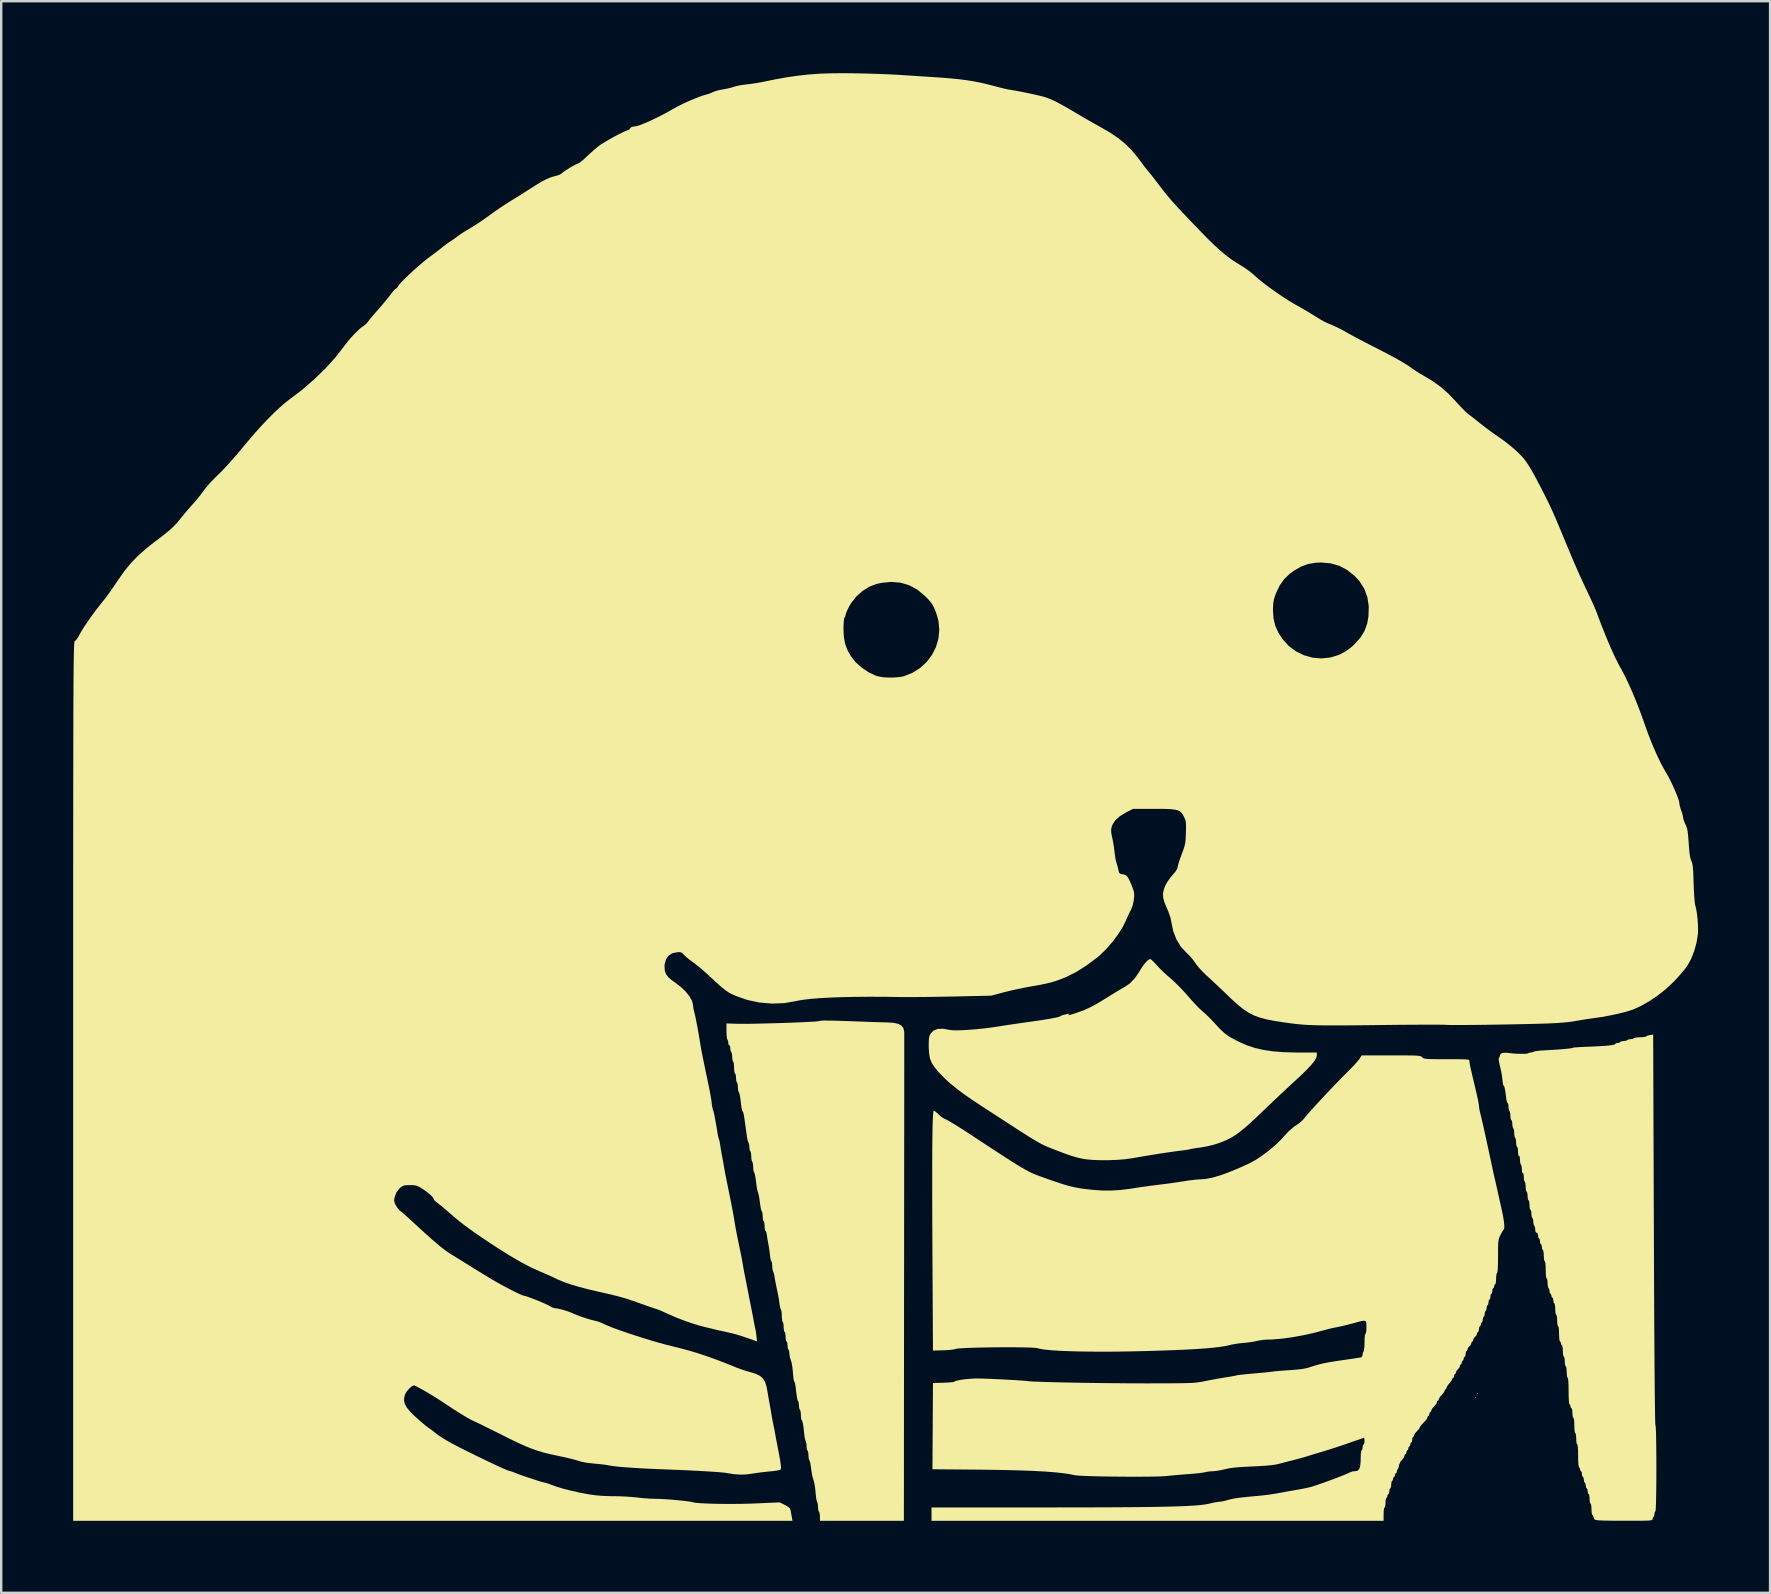
<source format=kicad_pcb>
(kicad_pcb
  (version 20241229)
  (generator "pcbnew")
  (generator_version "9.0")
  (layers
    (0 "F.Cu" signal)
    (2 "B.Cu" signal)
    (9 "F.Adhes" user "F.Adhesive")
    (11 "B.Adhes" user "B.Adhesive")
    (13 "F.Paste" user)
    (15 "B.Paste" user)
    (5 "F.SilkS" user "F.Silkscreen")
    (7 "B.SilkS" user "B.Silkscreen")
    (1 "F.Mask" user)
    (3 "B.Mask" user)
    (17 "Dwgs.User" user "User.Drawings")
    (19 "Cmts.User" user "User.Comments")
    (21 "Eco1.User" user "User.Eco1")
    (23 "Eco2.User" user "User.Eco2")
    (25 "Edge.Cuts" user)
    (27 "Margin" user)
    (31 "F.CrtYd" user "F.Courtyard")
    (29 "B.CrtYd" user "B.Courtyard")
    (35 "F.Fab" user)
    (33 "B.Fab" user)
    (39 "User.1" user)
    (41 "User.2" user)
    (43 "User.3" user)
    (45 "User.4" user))
  (footprint "4"
    (layer "F.Cu")
    (at 35.019 29.29)
    (property "Reference" "4" (at 0 0 0) (layer "F.SilkS") (effects (font (size 1.5 1.5) (thickness 0.3))))
    (attr board_only exclude_from_pos_files exclude_from_bom)
    (fp_poly (pts (xy 23.452 25.897) (xy 23.432 25.917) (xy 23.413 25.897) (xy 23.432 25.877)) (stroke (width 0) (type solid)) (fill yes) (layer "F.SilkS"))
    (fp_poly (pts (xy 23.532 25.738) (xy 23.512 25.758) (xy 23.492 25.738) (xy 23.512 25.718)) (stroke (width 0) (type solid)) (fill yes) (layer "F.SilkS"))
    (fp_poly (pts (xy 9.919 7.661) (xy 10.003 7.737) (xy 10.105 7.845) (xy 10.13 7.874) (xy 10.247 8.002) (xy 10.405 8.157) (xy 10.578 8.317) (xy 10.704 8.425) (xy 10.874 8.578) (xy 11.069 8.77) (xy 11.267 8.976) (xy 11.444 9.175) (xy 11.455 9.187) (xy 11.61 9.366) (xy 11.77 9.539) (xy 11.917 9.688) (xy 12.034 9.797) (xy 12.057 9.816) (xy 12.174 9.918) (xy 12.322 10.061) (xy 12.48 10.224) (xy 12.608 10.364) (xy 12.792 10.561) (xy 12.952 10.71) (xy 13.11 10.829) (xy 13.237 10.907) (xy 13.571 11.084) (xy 13.901 11.228) (xy 14.239 11.339) (xy 14.598 11.422) (xy 14.993 11.479) (xy 15.435 11.513) (xy 15.938 11.527) (xy 16.091 11.527) (xy 16.814 11.527) (xy 16.814 11.657) (xy 16.788 11.755) (xy 16.709 11.887) (xy 16.574 12.053) (xy 16.381 12.258) (xy 16.128 12.505) (xy 15.875 12.737) (xy 15.728 12.872) (xy 15.537 13.05) (xy 15.313 13.26) (xy 15.069 13.49) (xy 14.818 13.728) (xy 14.571 13.964) (xy 14.554 13.981) (xy 14.254 14.266) (xy 13.999 14.501) (xy 13.78 14.693) (xy 13.587 14.848) (xy 13.411 14.974) (xy 13.242 15.077) (xy 13.07 15.165) (xy 12.886 15.244) (xy 12.723 15.306) (xy 12.504 15.374) (xy 12.249 15.436) (xy 12.001 15.48) (xy 11.974 15.484) (xy 11.801 15.508) (xy 11.659 15.531) (xy 11.564 15.548) (xy 11.537 15.556) (xy 11.487 15.568) (xy 11.377 15.586) (xy 11.226 15.607) (xy 11.13 15.618) (xy 10.903 15.648) (xy 10.614 15.689) (xy 10.282 15.739) (xy 9.922 15.797) (xy 9.551 15.858) (xy 9.187 15.921) (xy 9.077 15.94) (xy 8.811 15.976) (xy 8.495 16.001) (xy 8.151 16.014) (xy 7.807 16.015) (xy 7.487 16.004) (xy 7.215 15.98) (xy 7.176 15.975) (xy 6.982 15.941) (xy 6.783 15.893) (xy 6.561 15.825) (xy 6.298 15.733) (xy 6.042 15.636) (xy 5.899 15.581) (xy 5.775 15.534) (xy 5.665 15.49) (xy 5.562 15.447) (xy 5.461 15.401) (xy 5.356 15.35) (xy 5.242 15.289) (xy 5.113 15.215) (xy 4.963 15.125) (xy 4.786 15.016) (xy 4.577 14.883) (xy 4.33 14.725) (xy 4.04 14.537) (xy 3.7 14.317) (xy 3.305 14.06) (xy 2.849 13.764) (xy 2.822 13.746) (xy 2.418 13.478) (xy 2.074 13.238) (xy 1.78 13.016) (xy 1.524 12.806) (xy 1.297 12.597) (xy 1.087 12.382) (xy 1.053 12.345) (xy 0.885 12.146) (xy 0.768 11.966) (xy 0.694 11.783) (xy 0.654 11.572) (xy 0.639 11.312) (xy 0.639 11.249) (xy 0.641 11.057) (xy 0.651 10.923) (xy 0.674 10.827) (xy 0.712 10.747) (xy 0.716 10.741) (xy 0.838 10.613) (xy 1.012 10.544) (xy 1.234 10.535) (xy 1.487 10.581) (xy 1.611 10.598) (xy 1.801 10.603) (xy 2.045 10.597) (xy 2.329 10.58) (xy 2.642 10.554) (xy 2.97 10.52) (xy 3.301 10.478) (xy 3.597 10.433) (xy 3.873 10.389) (xy 4.185 10.342) (xy 4.495 10.296) (xy 4.766 10.258) (xy 4.77 10.258) (xy 5.128 10.208) (xy 5.442 10.161) (xy 5.704 10.117) (xy 5.908 10.079) (xy 6.048 10.046) (xy 6.116 10.021) (xy 6.122 10.016) (xy 6.172 9.985) (xy 6.261 9.957) (xy 6.375 9.931) (xy 6.459 9.911) (xy 6.511 9.903) (xy 6.491 9.925) (xy 6.479 9.934) (xy 6.443 9.966) (xy 6.467 9.973) (xy 6.553 9.953) (xy 6.705 9.905) (xy 6.927 9.828) (xy 6.94 9.824) (xy 7.145 9.746) (xy 7.345 9.655) (xy 7.56 9.543) (xy 7.807 9.399) (xy 8.013 9.272) (xy 8.225 9.14) (xy 8.425 9.018) (xy 8.599 8.913) (xy 8.733 8.835) (xy 8.808 8.793) (xy 9.025 8.644) (xy 9.23 8.43) (xy 9.41 8.167) (xy 9.421 8.146) (xy 9.531 7.967) (xy 9.644 7.814) (xy 9.75 7.701) (xy 9.837 7.639) (xy 9.868 7.632)) (stroke (width 0) (type solid)) (fill yes) (layer "F.SilkS"))
    (fp_poly (pts (xy -3.504 10.196) (xy -3.21 10.202) (xy -2.836 10.214) (xy -2.657 10.22) (xy -2.335 10.233) (xy -2.02 10.244) (xy -1.726 10.255) (xy -1.468 10.263) (xy -1.259 10.269) (xy -1.113 10.273) (xy -1.093 10.273) (xy -0.827 10.29) (xy -0.629 10.333) (xy -0.494 10.408) (xy -0.414 10.517) (xy -0.382 10.667) (xy -0.381 10.704) (xy -0.381 10.758) (xy -0.381 10.888) (xy -0.381 11.091) (xy -0.381 11.363) (xy -0.381 11.701) (xy -0.381 12.102) (xy -0.382 12.561) (xy -0.382 13.076) (xy -0.382 13.643) (xy -0.383 14.259) (xy -0.383 14.921) (xy -0.384 15.624) (xy -0.385 16.366) (xy -0.385 17.143) (xy -0.386 17.951) (xy -0.387 18.788) (xy -0.387 19.65) (xy -0.388 20.533) (xy -0.389 20.958) (xy -0.397 31.044) (xy -2.146 31.044) (xy -3.895 31.044) (xy -3.895 30.868) (xy -3.904 30.756) (xy -3.924 30.68) (xy -3.935 30.667) (xy -3.96 30.615) (xy -3.974 30.515) (xy -3.975 30.474) (xy -3.983 30.36) (xy -4.003 30.28) (xy -4.011 30.267) (xy -4.031 30.211) (xy -4.052 30.099) (xy -4.068 29.956) (xy -4.068 29.951) (xy -4.095 29.679) (xy -4.127 29.478) (xy -4.165 29.338) (xy -4.174 29.315) (xy -4.201 29.231) (xy -4.228 29.099) (xy -4.257 28.907) (xy -4.279 28.739) (xy -4.3 28.622) (xy -4.326 28.539) (xy -4.337 28.522) (xy -4.359 28.462) (xy -4.372 28.356) (xy -4.372 28.316) (xy -4.381 28.206) (xy -4.403 28.134) (xy -4.412 28.123) (xy -4.437 28.071) (xy -4.451 27.971) (xy -4.452 27.93) (xy -4.46 27.816) (xy -4.479 27.736) (xy -4.487 27.723) (xy -4.51 27.666) (xy -4.533 27.556) (xy -4.547 27.447) (xy -4.574 27.2) (xy -4.599 27.024) (xy -4.623 26.912) (xy -4.647 26.856) (xy -4.655 26.848) (xy -4.676 26.799) (xy -4.688 26.698) (xy -4.69 26.632) (xy -4.698 26.514) (xy -4.717 26.433) (xy -4.73 26.414) (xy -4.756 26.361) (xy -4.769 26.263) (xy -4.77 26.24) (xy -4.779 26.133) (xy -4.801 26.06) (xy -4.806 26.054) (xy -4.822 26.029) (xy -4.836 25.985) (xy -4.852 25.907) (xy -4.87 25.784) (xy -4.893 25.604) (xy -4.914 25.43) (xy -4.933 25.32) (xy -4.955 25.252) (xy -4.967 25.241) (xy -4.982 25.204) (xy -4.998 25.105) (xy -5.014 24.961) (xy -5.022 24.859) (xy -5.039 24.675) (xy -5.065 24.511) (xy -5.094 24.389) (xy -5.107 24.356) (xy -5.149 24.23) (xy -5.167 24.091) (xy -5.167 24.085) (xy -5.177 23.981) (xy -5.201 23.915) (xy -5.207 23.909) (xy -5.233 23.857) (xy -5.246 23.758) (xy -5.247 23.728) (xy -5.256 23.629) (xy -5.278 23.575) (xy -5.287 23.572) (xy -5.309 23.536) (xy -5.324 23.444) (xy -5.326 23.373) (xy -5.334 23.259) (xy -5.352 23.187) (xy -5.366 23.174) (xy -5.389 23.138) (xy -5.403 23.047) (xy -5.406 22.978) (xy -5.413 22.859) (xy -5.432 22.777) (xy -5.446 22.757) (xy -5.467 22.707) (xy -5.481 22.602) (xy -5.485 22.498) (xy -5.491 22.369) (xy -5.505 22.276) (xy -5.52 22.243) (xy -5.544 22.194) (xy -5.567 22.093) (xy -5.578 22.012) (xy -5.601 21.847) (xy -5.629 21.679) (xy -5.64 21.624) (xy -5.671 21.475) (xy -5.707 21.303) (xy -5.723 21.226) (xy -5.754 21.068) (xy -5.781 20.913) (xy -5.79 20.849) (xy -5.812 20.738) (xy -5.84 20.662) (xy -5.847 20.652) (xy -5.868 20.592) (xy -5.881 20.484) (xy -5.883 20.423) (xy -5.89 20.313) (xy -5.906 20.244) (xy -5.918 20.233) (xy -5.94 20.196) (xy -5.961 20.102) (xy -5.976 19.984) (xy -5.997 19.804) (xy -6.025 19.614) (xy -6.043 19.517) (xy -6.073 19.356) (xy -6.099 19.195) (xy -6.108 19.129) (xy -6.129 19.026) (xy -6.155 18.967) (xy -6.165 18.961) (xy -6.186 18.925) (xy -6.199 18.833) (xy -6.201 18.762) (xy -6.208 18.648) (xy -6.226 18.576) (xy -6.241 18.563) (xy -6.264 18.527) (xy -6.278 18.437) (xy -6.28 18.372) (xy -6.287 18.252) (xy -6.305 18.165) (xy -6.316 18.144) (xy -6.335 18.114) (xy -6.352 18.058) (xy -6.37 17.964) (xy -6.392 17.817) (xy -6.421 17.604) (xy -6.422 17.599) (xy -6.444 17.473) (xy -6.472 17.369) (xy -6.479 17.351) (xy -6.506 17.262) (xy -6.53 17.136) (xy -6.535 17.092) (xy -6.565 16.857) (xy -6.59 16.691) (xy -6.613 16.584) (xy -6.636 16.527) (xy -6.642 16.518) (xy -6.663 16.458) (xy -6.676 16.351) (xy -6.678 16.292) (xy -6.686 16.176) (xy -6.705 16.096) (xy -6.718 16.079) (xy -6.741 16.028) (xy -6.755 15.926) (xy -6.757 15.86) (xy -6.765 15.742) (xy -6.784 15.661) (xy -6.797 15.641) (xy -6.823 15.589) (xy -6.836 15.491) (xy -6.837 15.468) (xy -6.846 15.361) (xy -6.868 15.288) (xy -6.873 15.282) (xy -6.899 15.222) (xy -6.925 15.115) (xy -6.933 15.065) (xy -6.953 14.925) (xy -6.977 14.752) (xy -6.994 14.628) (xy -7.028 14.385) (xy -7.054 14.212) (xy -7.074 14.096) (xy -7.091 14.028) (xy -7.105 13.997) (xy -7.115 13.992) (xy -7.136 13.956) (xy -7.158 13.864) (xy -7.17 13.783) (xy -7.198 13.555) (xy -7.22 13.393) (xy -7.239 13.286) (xy -7.256 13.221) (xy -7.273 13.185) (xy -7.278 13.179) (xy -7.301 13.118) (xy -7.313 13.012) (xy -7.314 12.973) (xy -7.323 12.863) (xy -7.344 12.79) (xy -7.354 12.779) (xy -7.378 12.728) (xy -7.392 12.627) (xy -7.393 12.578) (xy -7.401 12.473) (xy -7.422 12.41) (xy -7.433 12.402) (xy -7.454 12.366) (xy -7.469 12.271) (xy -7.473 12.166) (xy -7.479 12.036) (xy -7.495 11.94) (xy -7.513 11.905) (xy -7.537 11.853) (xy -7.551 11.753) (xy -7.552 11.706) (xy -7.561 11.595) (xy -7.582 11.52) (xy -7.592 11.508) (xy -7.619 11.455) (xy -7.632 11.358) (xy -7.632 11.344) (xy -7.641 11.255) (xy -7.667 11.227) (xy -7.672 11.229) (xy -7.7 11.214) (xy -7.711 11.137) (xy -7.711 11.135) (xy -7.723 11.042) (xy -7.751 10.991) (xy -7.77 10.942) (xy -7.783 10.835) (xy -7.791 10.689) (xy -7.791 10.641) (xy -7.791 10.315) (xy -7.403 10.328) (xy -7.243 10.331) (xy -7.03 10.331) (xy -6.774 10.329) (xy -6.484 10.323) (xy -6.171 10.316) (xy -5.844 10.308) (xy -5.514 10.298) (xy -5.189 10.287) (xy -4.881 10.275) (xy -4.598 10.263) (xy -4.351 10.25) (xy -4.15 10.239) (xy -4.004 10.227) (xy -3.924 10.217) (xy -3.912 10.213) (xy -3.855 10.201) (xy -3.719 10.195)) (stroke (width 0) (type solid)) (fill yes) (layer "F.SilkS"))
    (fp_poly (pts (xy 30.861 18.914) (xy 30.865 19.898) (xy 30.868 20.826) (xy 30.872 21.696) (xy 30.876 22.508) (xy 30.88 23.259) (xy 30.885 23.948) (xy 30.889 24.572) (xy 30.894 25.131) (xy 30.898 25.623) (xy 30.903 26.046) (xy 30.908 26.397) (xy 30.912 26.676) (xy 30.917 26.881) (xy 30.922 27.01) (xy 30.926 27.062) (xy 30.927 27.063) (xy 30.936 27.104) (xy 30.944 27.215) (xy 30.951 27.385) (xy 30.956 27.606) (xy 30.96 27.867) (xy 30.963 28.159) (xy 30.965 28.471) (xy 30.966 28.796) (xy 30.965 29.122) (xy 30.964 29.44) (xy 30.961 29.74) (xy 30.957 30.013) (xy 30.952 30.25) (xy 30.945 30.439) (xy 30.938 30.573) (xy 30.929 30.641) (xy 30.925 30.647) (xy 30.897 30.681) (xy 30.885 30.765) (xy 30.885 30.766) (xy 30.874 30.85) (xy 30.846 30.885) (xy 30.846 30.885) (xy 30.813 30.919) (xy 30.806 30.965) (xy 30.804 30.988) (xy 30.791 31.005) (xy 30.76 31.019) (xy 30.702 31.029) (xy 30.608 31.036) (xy 30.47 31.04) (xy 30.28 31.042) (xy 30.03 31.043) (xy 29.71 31.043) (xy 29.623 31.043) (xy 29.275 31.042) (xy 28.997 31.039) (xy 28.784 31.035) (xy 28.625 31.029) (xy 28.514 31.02) (xy 28.443 31.009) (xy 28.402 30.994) (xy 28.391 30.985) (xy 28.348 30.905) (xy 28.341 30.867) (xy 28.321 30.813) (xy 28.302 30.806) (xy 28.281 30.77) (xy 28.266 30.675) (xy 28.262 30.567) (xy 28.256 30.44) (xy 28.24 30.354) (xy 28.222 30.329) (xy 28.2 30.293) (xy 28.185 30.202) (xy 28.182 30.13) (xy 28.175 30.017) (xy 28.157 29.945) (xy 28.143 29.931) (xy 28.115 29.897) (xy 28.103 29.814) (xy 28.103 29.812) (xy 28.091 29.728) (xy 28.064 29.693) (xy 28.063 29.693) (xy 28.035 29.658) (xy 28.023 29.575) (xy 28.023 29.574) (xy 28.012 29.49) (xy 27.984 29.454) (xy 27.984 29.454) (xy 27.956 29.42) (xy 27.944 29.337) (xy 27.944 29.335) (xy 27.932 29.251) (xy 27.905 29.216) (xy 27.904 29.216) (xy 27.876 29.181) (xy 27.864 29.098) (xy 27.864 29.097) (xy 27.853 29.013) (xy 27.825 28.977) (xy 27.825 28.977) (xy 27.792 28.944) (xy 27.785 28.898) (xy 27.768 28.833) (xy 27.745 28.818) (xy 27.728 28.78) (xy 27.715 28.672) (xy 27.707 28.502) (xy 27.705 28.341) (xy 27.702 28.132) (xy 27.693 27.977) (xy 27.679 27.886) (xy 27.666 27.864) (xy 27.645 27.828) (xy 27.63 27.734) (xy 27.626 27.626) (xy 27.62 27.499) (xy 27.604 27.413) (xy 27.586 27.387) (xy 27.567 27.35) (xy 27.553 27.249) (xy 27.547 27.098) (xy 27.546 27.069) (xy 27.542 26.912) (xy 27.529 26.801) (xy 27.51 26.753) (xy 27.507 26.751) (xy 27.484 26.716) (xy 27.47 26.624) (xy 27.467 26.553) (xy 27.46 26.439) (xy 27.442 26.367) (xy 27.427 26.354) (xy 27.395 26.321) (xy 27.387 26.274) (xy 27.371 26.21) (xy 27.348 26.195) (xy 27.331 26.157) (xy 27.319 26.046) (xy 27.311 25.871) (xy 27.308 25.639) (xy 27.308 25.638) (xy 27.305 25.406) (xy 27.297 25.231) (xy 27.285 25.121) (xy 27.268 25.082) (xy 27.268 25.082) (xy 27.247 25.046) (xy 27.233 24.951) (xy 27.228 24.844) (xy 27.222 24.716) (xy 27.207 24.63) (xy 27.189 24.605) (xy 27.166 24.569) (xy 27.152 24.478) (xy 27.149 24.406) (xy 27.142 24.293) (xy 27.124 24.221) (xy 27.109 24.208) (xy 27.088 24.171) (xy 27.074 24.077) (xy 27.069 23.969) (xy 27.063 23.842) (xy 27.048 23.756) (xy 27.03 23.731) (xy 26.997 23.697) (xy 26.99 23.651) (xy 26.973 23.586) (xy 26.95 23.572) (xy 26.931 23.534) (xy 26.917 23.433) (xy 26.911 23.282) (xy 26.91 23.254) (xy 26.906 23.096) (xy 26.893 22.985) (xy 26.874 22.937) (xy 26.871 22.936) (xy 26.85 22.899) (xy 26.835 22.805) (xy 26.831 22.697) (xy 26.825 22.57) (xy 26.809 22.484) (xy 26.791 22.459) (xy 26.77 22.422) (xy 26.756 22.328) (xy 26.751 22.22) (xy 26.745 22.093) (xy 26.73 22.007) (xy 26.712 21.982) (xy 26.684 21.947) (xy 26.672 21.864) (xy 26.672 21.862) (xy 26.66 21.779) (xy 26.633 21.743) (xy 26.632 21.743) (xy 26.6 21.71) (xy 26.592 21.664) (xy 26.576 21.599) (xy 26.553 21.584) (xy 26.525 21.549) (xy 26.513 21.466) (xy 26.513 21.465) (xy 26.501 21.381) (xy 26.474 21.346) (xy 26.473 21.346) (xy 26.451 21.31) (xy 26.436 21.218) (xy 26.433 21.147) (xy 26.426 21.033) (xy 26.408 20.961) (xy 26.394 20.948) (xy 26.375 20.911) (xy 26.361 20.807) (xy 26.354 20.649) (xy 26.354 20.59) (xy 26.35 20.419) (xy 26.338 20.297) (xy 26.321 20.237) (xy 26.314 20.233) (xy 26.293 20.196) (xy 26.279 20.102) (xy 26.274 19.994) (xy 26.268 19.867) (xy 26.253 19.781) (xy 26.235 19.756) (xy 26.207 19.721) (xy 26.195 19.638) (xy 26.195 19.636) (xy 26.183 19.553) (xy 26.156 19.517) (xy 26.155 19.517) (xy 26.127 19.483) (xy 26.115 19.399) (xy 26.115 19.398) (xy 26.104 19.314) (xy 26.076 19.279) (xy 26.076 19.279) (xy 26.048 19.244) (xy 26.036 19.161) (xy 26.036 19.159) (xy 26.018 19.065) (xy 25.976 19.04) (xy 25.932 19.009) (xy 25.917 18.912) (xy 25.917 18.903) (xy 25.906 18.804) (xy 25.881 18.745) (xy 25.877 18.742) (xy 25.85 18.689) (xy 25.837 18.593) (xy 25.837 18.583) (xy 25.827 18.485) (xy 25.8 18.426) (xy 25.797 18.424) (xy 25.772 18.372) (xy 25.758 18.273) (xy 25.758 18.243) (xy 25.749 18.144) (xy 25.727 18.09) (xy 25.718 18.086) (xy 25.695 18.05) (xy 25.681 17.959) (xy 25.678 17.887) (xy 25.671 17.774) (xy 25.653 17.702) (xy 25.638 17.689) (xy 25.615 17.653) (xy 25.601 17.563) (xy 25.599 17.51) (xy 25.591 17.403) (xy 25.571 17.339) (xy 25.559 17.331) (xy 25.536 17.295) (xy 25.522 17.204) (xy 25.519 17.134) (xy 25.512 17.016) (xy 25.493 16.933) (xy 25.479 16.913) (xy 25.455 16.862) (xy 25.441 16.761) (xy 25.44 16.71) (xy 25.432 16.601) (xy 25.411 16.554) (xy 25.4 16.556) (xy 25.375 16.537) (xy 25.361 16.451) (xy 25.36 16.401) (xy 25.352 16.288) (xy 25.332 16.212) (xy 25.321 16.198) (xy 25.296 16.147) (xy 25.282 16.046) (xy 25.281 15.995) (xy 25.273 15.885) (xy 25.252 15.839) (xy 25.241 15.84) (xy 25.216 15.821) (xy 25.203 15.732) (xy 25.201 15.664) (xy 25.194 15.55) (xy 25.176 15.477) (xy 25.162 15.463) (xy 25.138 15.427) (xy 25.123 15.337) (xy 25.122 15.286) (xy 25.114 15.174) (xy 25.093 15.098) (xy 25.082 15.085) (xy 25.058 15.033) (xy 25.044 14.933) (xy 25.042 14.886) (xy 25.034 14.775) (xy 25.013 14.7) (xy 25.003 14.687) (xy 24.977 14.635) (xy 24.963 14.537) (xy 24.963 14.506) (xy 24.954 14.408) (xy 24.932 14.353) (xy 24.923 14.35) (xy 24.899 14.314) (xy 24.885 14.224) (xy 24.883 14.173) (xy 24.875 14.061) (xy 24.854 13.985) (xy 24.844 13.972) (xy 24.818 13.92) (xy 24.804 13.821) (xy 24.804 13.791) (xy 24.796 13.692) (xy 24.776 13.638) (xy 24.768 13.634) (xy 24.743 13.599) (xy 24.719 13.508) (xy 24.71 13.445) (xy 24.68 13.212) (xy 24.654 13.051) (xy 24.631 12.956) (xy 24.609 12.92) (xy 24.604 12.919) (xy 24.584 12.883) (xy 24.565 12.789) (xy 24.553 12.69) (xy 24.533 12.517) (xy 24.503 12.338) (xy 24.486 12.263) (xy 24.436 12.048) (xy 24.406 11.899) (xy 24.395 11.805) (xy 24.401 11.755) (xy 24.411 11.743) (xy 24.441 11.69) (xy 24.446 11.645) (xy 24.481 11.575) (xy 24.581 11.538) (xy 24.735 11.537) (xy 24.813 11.547) (xy 24.952 11.564) (xy 25.115 11.576) (xy 25.283 11.582) (xy 25.436 11.582) (xy 25.555 11.576) (xy 25.618 11.564) (xy 25.623 11.559) (xy 25.674 11.534) (xy 25.732 11.527) (xy 25.82 11.512) (xy 25.859 11.491) (xy 25.912 11.475) (xy 26.027 11.458) (xy 26.187 11.443) (xy 26.374 11.432) (xy 26.612 11.419) (xy 26.844 11.404) (xy 27.058 11.387) (xy 27.241 11.37) (xy 27.382 11.354) (xy 27.469 11.339) (xy 27.489 11.328) (xy 27.487 11.327) (xy 27.511 11.321) (xy 27.604 11.313) (xy 27.752 11.303) (xy 27.946 11.293) (xy 28.163 11.284) (xy 28.515 11.268) (xy 28.793 11.252) (xy 29.002 11.234) (xy 29.145 11.214) (xy 29.228 11.192) (xy 29.256 11.167) (xy 29.256 11.166) (xy 29.29 11.139) (xy 29.355 11.13) (xy 29.43 11.116) (xy 29.454 11.09) (xy 29.489 11.064) (xy 29.575 11.051) (xy 29.591 11.05) (xy 29.69 11.04) (xy 29.75 11.014) (xy 29.753 11.011) (xy 29.806 10.982) (xy 29.892 10.971) (xy 29.983 10.958) (xy 30.031 10.931) (xy 30.081 10.91) (xy 30.185 10.895) (xy 30.288 10.891) (xy 30.415 10.886) (xy 30.505 10.872) (xy 30.534 10.858) (xy 30.579 10.83) (xy 30.671 10.805) (xy 30.69 10.802) (xy 30.833 10.779)) (stroke (width 0) (type solid)) (fill yes) (layer "F.SilkS"))
    (fp_poly (pts (xy 20.254 11.647) (xy 20.528 11.648) (xy 20.74 11.65) (xy 20.899 11.654) (xy 21.013 11.661) (xy 21.092 11.67) (xy 21.144 11.683) (xy 21.178 11.7) (xy 21.202 11.721) (xy 21.206 11.726) (xy 21.233 11.751) (xy 21.269 11.77) (xy 21.323 11.784) (xy 21.407 11.794) (xy 21.529 11.8) (xy 21.701 11.804) (xy 21.933 11.805) (xy 22.226 11.806) (xy 22.524 11.806) (xy 22.752 11.807) (xy 22.919 11.81) (xy 23.035 11.815) (xy 23.109 11.824) (xy 23.151 11.837) (xy 23.169 11.855) (xy 23.174 11.879) (xy 23.174 11.888) (xy 23.176 11.923) (xy 23.183 11.973) (xy 23.197 12.048) (xy 23.219 12.156) (xy 23.253 12.305) (xy 23.299 12.504) (xy 23.36 12.762) (xy 23.437 13.087) (xy 23.449 13.138) (xy 23.495 13.338) (xy 23.533 13.517) (xy 23.559 13.658) (xy 23.571 13.742) (xy 23.572 13.749) (xy 23.582 13.853) (xy 23.606 13.977) (xy 23.609 13.987) (xy 23.649 14.149) (xy 23.703 14.379) (xy 23.769 14.668) (xy 23.844 15.006) (xy 23.926 15.383) (xy 24.014 15.79) (xy 24.105 16.217) (xy 24.127 16.317) (xy 24.166 16.502) (xy 24.204 16.673) (xy 24.234 16.806) (xy 24.246 16.854) (xy 24.269 16.953) (xy 24.304 17.105) (xy 24.344 17.285) (xy 24.367 17.39) (xy 24.415 17.606) (xy 24.466 17.837) (xy 24.513 18.043) (xy 24.527 18.106) (xy 24.574 18.335) (xy 24.608 18.542) (xy 24.626 18.713) (xy 24.628 18.836) (xy 24.611 18.897) (xy 24.609 18.899) (xy 24.572 18.944) (xy 24.516 19.039) (xy 24.469 19.128) (xy 24.432 19.206) (xy 24.405 19.279) (xy 24.387 19.36) (xy 24.375 19.464) (xy 24.369 19.606) (xy 24.367 19.801) (xy 24.367 20.022) (xy 24.364 20.288) (xy 24.358 20.495) (xy 24.347 20.635) (xy 24.333 20.703) (xy 24.327 20.71) (xy 24.306 20.746) (xy 24.291 20.84) (xy 24.287 20.948) (xy 24.281 21.075) (xy 24.265 21.161) (xy 24.247 21.187) (xy 24.215 21.22) (xy 24.208 21.266) (xy 24.191 21.331) (xy 24.168 21.346) (xy 24.14 21.38) (xy 24.128 21.463) (xy 24.128 21.465) (xy 24.116 21.549) (xy 24.089 21.584) (xy 24.088 21.584) (xy 24.06 21.619) (xy 24.049 21.702) (xy 24.049 21.703) (xy 24.037 21.787) (xy 24.009 21.823) (xy 24.009 21.823) (xy 23.981 21.857) (xy 23.969 21.94) (xy 23.969 21.942) (xy 23.957 22.026) (xy 23.93 22.061) (xy 23.929 22.061) (xy 23.901 22.096) (xy 23.89 22.179) (xy 23.89 22.18) (xy 23.878 22.264) (xy 23.85 22.3) (xy 23.85 22.3) (xy 23.822 22.334) (xy 23.81 22.417) (xy 23.81 22.419) (xy 23.799 22.503) (xy 23.771 22.538) (xy 23.77 22.538) (xy 23.742 22.573) (xy 23.731 22.656) (xy 23.731 22.657) (xy 23.719 22.741) (xy 23.691 22.777) (xy 23.691 22.777) (xy 23.658 22.81) (xy 23.651 22.856) (xy 23.634 22.921) (xy 23.611 22.936) (xy 23.583 22.97) (xy 23.572 23.053) (xy 23.572 23.055) (xy 23.56 23.139) (xy 23.532 23.174) (xy 23.532 23.174) (xy 23.498 23.207) (xy 23.492 23.245) (xy 23.462 23.322) (xy 23.413 23.373) (xy 23.35 23.444) (xy 23.333 23.501) (xy 23.315 23.56) (xy 23.293 23.572) (xy 23.26 23.604) (xy 23.254 23.642) (xy 23.224 23.719) (xy 23.174 23.77) (xy 23.112 23.842) (xy 23.095 23.898) (xy 23.076 23.958) (xy 23.055 23.969) (xy 23.027 24.004) (xy 23.015 24.087) (xy 23.015 24.088) (xy 23.004 24.172) (xy 22.976 24.208) (xy 22.975 24.208) (xy 22.943 24.241) (xy 22.936 24.287) (xy 22.919 24.352) (xy 22.896 24.367) (xy 22.863 24.4) (xy 22.856 24.446) (xy 22.839 24.511) (xy 22.816 24.526) (xy 22.783 24.558) (xy 22.777 24.596) (xy 22.747 24.673) (xy 22.697 24.724) (xy 22.635 24.796) (xy 22.618 24.852) (xy 22.599 24.912) (xy 22.578 24.923) (xy 22.545 24.956) (xy 22.538 25.003) (xy 22.521 25.067) (xy 22.498 25.082) (xy 22.462 25.114) (xy 22.459 25.136) (xy 22.433 25.196) (xy 22.368 25.282) (xy 22.339 25.314) (xy 22.265 25.405) (xy 22.224 25.481) (xy 22.22 25.499) (xy 22.199 25.552) (xy 22.18 25.559) (xy 22.146 25.591) (xy 22.141 25.623) (xy 22.113 25.688) (xy 22.045 25.774) (xy 22.021 25.797) (xy 21.946 25.883) (xy 21.904 25.957) (xy 21.902 25.972) (xy 21.882 26.028) (xy 21.862 26.036) (xy 21.828 26.068) (xy 21.823 26.1) (xy 21.795 26.165) (xy 21.727 26.251) (xy 21.703 26.274) (xy 21.628 26.36) (xy 21.586 26.434) (xy 21.584 26.449) (xy 21.564 26.505) (xy 21.544 26.513) (xy 21.512 26.546) (xy 21.505 26.592) (xy 21.488 26.657) (xy 21.465 26.672) (xy 21.43 26.704) (xy 21.425 26.735) (xy 21.398 26.796) (xy 21.328 26.885) (xy 21.266 26.95) (xy 21.178 27.043) (xy 21.12 27.118) (xy 21.107 27.15) (xy 21.08 27.204) (xy 21.013 27.283) (xy 20.988 27.308) (xy 20.912 27.393) (xy 20.871 27.468) (xy 20.869 27.483) (xy 20.848 27.538) (xy 20.829 27.546) (xy 20.801 27.581) (xy 20.789 27.664) (xy 20.789 27.666) (xy 20.778 27.749) (xy 20.75 27.785) (xy 20.749 27.785) (xy 20.717 27.818) (xy 20.71 27.864) (xy 20.693 27.929) (xy 20.67 27.944) (xy 20.637 27.977) (xy 20.63 28.023) (xy 20.613 28.088) (xy 20.59 28.103) (xy 20.558 28.136) (xy 20.551 28.182) (xy 20.534 28.247) (xy 20.511 28.262) (xy 20.476 28.295) (xy 20.471 28.327) (xy 20.444 28.404) (xy 20.401 28.456) (xy 20.302 28.579) (xy 20.242 28.712) (xy 20.233 28.776) (xy 20.214 28.852) (xy 20.193 28.878) (xy 20.159 28.934) (xy 20.153 28.98) (xy 20.136 29.043) (xy 20.113 29.057) (xy 20.081 29.09) (xy 20.074 29.136) (xy 20.057 29.201) (xy 20.034 29.216) (xy 20.002 29.249) (xy 19.994 29.295) (xy 19.977 29.36) (xy 19.954 29.375) (xy 19.929 29.41) (xy 19.916 29.498) (xy 19.915 29.534) (xy 19.906 29.634) (xy 19.884 29.689) (xy 19.875 29.693) (xy 19.847 29.727) (xy 19.835 29.811) (xy 19.835 29.812) (xy 19.824 29.896) (xy 19.796 29.931) (xy 19.795 29.931) (xy 19.763 29.965) (xy 19.756 30.011) (xy 19.739 30.076) (xy 19.716 30.09) (xy 19.693 30.126) (xy 19.679 30.218) (xy 19.676 30.289) (xy 19.669 30.403) (xy 19.651 30.475) (xy 19.636 30.488) (xy 19.616 30.525) (xy 19.602 30.623) (xy 19.597 30.766) (xy 19.597 30.766) (xy 19.597 31.044) (xy 10.176 31.044) (xy 0.755 31.044) (xy 0.755 30.766) (xy 0.755 30.488) (xy 5.396 30.488) (xy 6.268 30.487) (xy 7.065 30.486) (xy 7.789 30.484) (xy 8.445 30.481) (xy 9.036 30.477) (xy 9.565 30.472) (xy 10.037 30.465) (xy 10.455 30.457) (xy 10.822 30.448) (xy 11.142 30.438) (xy 11.419 30.426) (xy 11.657 30.412) (xy 11.858 30.397) (xy 12.027 30.38) (xy 12.168 30.361) (xy 12.283 30.34) (xy 12.338 30.327) (xy 12.5 30.29) (xy 12.645 30.263) (xy 12.746 30.25) (xy 12.758 30.249) (xy 12.856 30.238) (xy 12.993 30.209) (xy 13.08 30.184) (xy 13.224 30.146) (xy 13.388 30.113) (xy 13.586 30.083) (xy 13.83 30.055) (xy 14.135 30.026) (xy 14.31 30.011) (xy 14.552 29.987) (xy 14.813 29.955) (xy 15.057 29.919) (xy 15.204 29.893) (xy 15.436 29.85) (xy 15.697 29.802) (xy 15.942 29.759) (xy 15.999 29.75) (xy 16.192 29.715) (xy 16.376 29.678) (xy 16.524 29.645) (xy 16.576 29.631) (xy 16.742 29.579) (xy 16.95 29.508) (xy 17.184 29.425) (xy 17.427 29.336) (xy 17.665 29.246) (xy 17.881 29.161) (xy 18.06 29.087) (xy 18.185 29.031) (xy 18.215 29.016) (xy 18.303 28.988) (xy 18.413 28.977) (xy 18.509 28.959) (xy 18.576 28.897) (xy 18.618 28.784) (xy 18.638 28.608) (xy 18.643 28.433) (xy 18.647 28.271) (xy 18.659 28.157) (xy 18.678 28.105) (xy 18.682 28.103) (xy 18.71 28.068) (xy 18.722 27.985) (xy 18.722 27.984) (xy 18.734 27.9) (xy 18.761 27.864) (xy 18.762 27.864) (xy 18.788 27.83) (xy 18.801 27.744) (xy 18.802 27.725) (xy 18.797 27.633) (xy 18.786 27.587) (xy 18.784 27.586) (xy 18.742 27.599) (xy 18.639 27.633) (xy 18.485 27.686) (xy 18.295 27.751) (xy 18.138 27.806) (xy 17.882 27.894) (xy 17.609 27.985) (xy 17.346 28.07) (xy 17.12 28.14) (xy 17.053 28.16) (xy 16.853 28.22) (xy 16.663 28.277) (xy 16.506 28.325) (xy 16.417 28.354) (xy 16.294 28.391) (xy 16.125 28.438) (xy 15.94 28.488) (xy 15.88 28.503) (xy 15.677 28.554) (xy 15.463 28.61) (xy 15.277 28.659) (xy 15.244 28.668) (xy 15.101 28.7) (xy 14.92 28.726) (xy 14.689 28.748) (xy 14.397 28.766) (xy 14.131 28.779) (xy 13.796 28.795) (xy 13.528 28.813) (xy 13.313 28.835) (xy 13.137 28.861) (xy 12.987 28.894) (xy 12.982 28.896) (xy 12.805 28.935) (xy 12.632 28.965) (xy 12.496 28.977) (xy 12.485 28.977) (xy 12.336 28.987) (xy 12.193 29.01) (xy 12.163 29.018) (xy 12.072 29.036) (xy 11.92 29.056) (xy 11.73 29.076) (xy 11.519 29.094) (xy 11.488 29.096) (xy 11.239 29.115) (xy 10.971 29.137) (xy 10.718 29.16) (xy 10.534 29.179) (xy 10.393 29.189) (xy 10.19 29.197) (xy 9.936 29.203) (xy 9.641 29.206) (xy 9.315 29.208) (xy 8.97 29.207) (xy 8.615 29.205) (xy 8.261 29.201) (xy 7.919 29.196) (xy 7.599 29.189) (xy 7.312 29.18) (xy 7.068 29.171) (xy 6.878 29.16) (xy 6.751 29.147) (xy 6.718 29.142) (xy 6.49 29.096) (xy 6.212 29.057) (xy 5.879 29.022) (xy 5.488 28.992) (xy 5.035 28.967) (xy 4.517 28.947) (xy 3.93 28.931) (xy 3.271 28.919) (xy 2.633 28.912) (xy 0.794 28.896) (xy 0.805 27.098) (xy 0.815 25.301) (xy 1.262 25.289) (xy 1.44 25.282) (xy 1.584 25.271) (xy 1.679 25.258) (xy 1.709 25.245) (xy 1.746 25.22) (xy 1.846 25.194) (xy 1.992 25.167) (xy 2.169 25.144) (xy 2.358 25.125) (xy 2.545 25.115) (xy 2.604 25.113) (xy 2.747 25.114) (xy 2.946 25.119) (xy 3.187 25.128) (xy 3.455 25.14) (xy 3.735 25.153) (xy 4.011 25.168) (xy 4.268 25.183) (xy 4.493 25.198) (xy 4.669 25.212) (xy 4.783 25.224) (xy 4.79 25.225) (xy 4.885 25.234) (xy 5.052 25.243) (xy 5.283 25.252) (xy 5.57 25.261) (xy 5.905 25.27) (xy 6.28 25.278) (xy 6.688 25.286) (xy 7.121 25.294) (xy 7.571 25.3) (xy 8.03 25.306) (xy 8.49 25.31) (xy 8.944 25.314) (xy 9.383 25.316) (xy 9.8 25.317) (xy 9.918 25.316) (xy 10.343 25.316) (xy 10.698 25.314) (xy 10.992 25.312) (xy 11.232 25.309) (xy 11.427 25.304) (xy 11.587 25.298) (xy 11.72 25.289) (xy 11.835 25.277) (xy 11.94 25.262) (xy 12.045 25.244) (xy 12.159 25.221) (xy 12.183 25.216) (xy 12.42 25.17) (xy 12.676 25.123) (xy 12.917 25.082) (xy 13.053 25.06) (xy 13.222 25.033) (xy 13.361 25.009) (xy 13.452 24.99) (xy 13.476 24.982) (xy 13.524 24.973) (xy 13.637 24.958) (xy 13.803 24.94) (xy 14.008 24.92) (xy 14.196 24.903) (xy 14.429 24.883) (xy 14.64 24.863) (xy 14.815 24.845) (xy 14.937 24.831) (xy 14.986 24.824) (xy 15.06 24.814) (xy 15.196 24.801) (xy 15.378 24.787) (xy 15.588 24.772) (xy 15.681 24.766) (xy 15.988 24.742) (xy 16.228 24.713) (xy 16.414 24.676) (xy 16.516 24.646) (xy 16.709 24.582) (xy 16.894 24.528) (xy 17.09 24.482) (xy 17.313 24.438) (xy 17.581 24.394) (xy 17.911 24.346) (xy 17.914 24.345) (xy 18.145 24.312) (xy 18.35 24.282) (xy 18.515 24.256) (xy 18.628 24.237) (xy 18.672 24.228) (xy 18.71 24.179) (xy 18.722 24.112) (xy 18.737 24.027) (xy 18.762 23.989) (xy 18.779 23.941) (xy 18.793 23.832) (xy 18.801 23.684) (xy 18.802 23.609) (xy 18.806 23.438) (xy 18.817 23.317) (xy 18.835 23.257) (xy 18.841 23.254) (xy 18.862 23.217) (xy 18.876 23.118) (xy 18.881 22.976) (xy 18.881 22.975) (xy 18.881 22.852) (xy 18.873 22.768) (xy 18.844 22.72) (xy 18.785 22.704) (xy 18.682 22.718) (xy 18.524 22.758) (xy 18.325 22.814) (xy 18.119 22.868) (xy 17.91 22.919) (xy 17.728 22.959) (xy 17.649 22.975) (xy 17.461 23.012) (xy 17.255 23.062) (xy 17.132 23.096) (xy 16.696 23.212) (xy 16.24 23.313) (xy 15.785 23.395) (xy 15.351 23.454) (xy 14.957 23.487) (xy 14.747 23.493) (xy 14.572 23.504) (xy 14.386 23.533) (xy 14.32 23.549) (xy 14.178 23.578) (xy 13.993 23.606) (xy 13.8 23.628) (xy 13.763 23.63) (xy 13.573 23.65) (xy 13.383 23.678) (xy 13.23 23.708) (xy 13.207 23.715) (xy 13.029 23.756) (xy 12.803 23.793) (xy 12.525 23.827) (xy 12.191 23.857) (xy 11.796 23.885) (xy 11.337 23.911) (xy 10.811 23.933) (xy 10.211 23.954) (xy 9.679 23.97) (xy 9.06 23.984) (xy 8.465 23.993) (xy 7.901 23.996) (xy 7.374 23.993) (xy 6.888 23.986) (xy 6.449 23.974) (xy 6.063 23.957) (xy 5.735 23.935) (xy 5.471 23.909) (xy 5.277 23.878) (xy 5.174 23.85) (xy 5.101 23.838) (xy 4.96 23.828) (xy 4.763 23.821) (xy 4.518 23.816) (xy 4.238 23.813) (xy 3.932 23.812) (xy 3.611 23.813) (xy 3.285 23.816) (xy 2.966 23.821) (xy 2.662 23.827) (xy 2.386 23.835) (xy 2.148 23.845) (xy 1.958 23.856) (xy 1.826 23.868) (xy 1.764 23.881) (xy 1.69 23.901) (xy 1.558 23.919) (xy 1.387 23.932) (xy 1.247 23.938) (xy 0.815 23.949) (xy 0.795 20.233) (xy 0.791 19.347) (xy 0.787 18.539) (xy 0.785 17.805) (xy 0.784 17.143) (xy 0.784 16.552) (xy 0.785 16.028) (xy 0.787 15.569) (xy 0.79 15.172) (xy 0.795 14.836) (xy 0.801 14.558) (xy 0.808 14.336) (xy 0.817 14.166) (xy 0.826 14.047) (xy 0.837 13.977) (xy 0.85 13.952) (xy 0.85 13.952) (xy 0.903 13.979) (xy 0.987 14.047) (xy 1.054 14.112) (xy 1.165 14.209) (xy 1.279 14.282) (xy 1.334 14.305) (xy 1.399 14.336) (xy 1.521 14.405) (xy 1.688 14.505) (xy 1.891 14.631) (xy 2.12 14.777) (xy 2.356 14.931) (xy 2.812 15.231) (xy 3.208 15.491) (xy 3.549 15.713) (xy 3.841 15.903) (xy 4.089 16.061) (xy 4.3 16.194) (xy 4.48 16.303) (xy 4.633 16.392) (xy 4.765 16.464) (xy 4.883 16.524) (xy 4.992 16.574) (xy 5.098 16.618) (xy 5.207 16.66) (xy 5.284 16.688) (xy 5.656 16.821) (xy 5.966 16.928) (xy 6.23 17.014) (xy 6.459 17.081) (xy 6.668 17.133) (xy 6.87 17.173) (xy 7.077 17.206) (xy 7.304 17.233) (xy 7.513 17.254) (xy 7.88 17.279) (xy 8.232 17.281) (xy 8.595 17.259) (xy 8.994 17.212) (xy 9.222 17.177) (xy 9.465 17.14) (xy 9.75 17.099) (xy 10.04 17.061) (xy 10.275 17.032) (xy 10.531 17) (xy 10.809 16.962) (xy 11.075 16.923) (xy 11.284 16.89) (xy 11.49 16.859) (xy 11.692 16.834) (xy 11.862 16.818) (xy 11.952 16.814) (xy 12.19 16.796) (xy 12.465 16.742) (xy 12.784 16.649) (xy 13.153 16.516) (xy 13.576 16.34) (xy 13.987 16.155) (xy 14.248 16.014) (xy 14.534 15.825) (xy 14.825 15.606) (xy 15.101 15.372) (xy 15.338 15.14) (xy 15.427 15.04) (xy 15.643 14.808) (xy 15.849 14.63) (xy 15.947 14.564) (xy 16.091 14.463) (xy 16.224 14.345) (xy 16.303 14.255) (xy 16.377 14.164) (xy 16.496 14.025) (xy 16.654 13.849) (xy 16.841 13.644) (xy 17.047 13.421) (xy 17.265 13.189) (xy 17.484 12.958) (xy 17.697 12.737) (xy 17.894 12.535) (xy 18.067 12.362) (xy 18.081 12.349) (xy 18.238 12.191) (xy 18.382 12.039) (xy 18.499 11.909) (xy 18.576 11.814) (xy 18.589 11.796) (xy 18.683 11.647) (xy 19.909 11.647)) (stroke (width 0) (type solid)) (fill yes) (layer "F.SilkS"))
    (fp_poly (pts (xy -2.348 -29.283) (xy -2.266 -29.282) (xy -1.934 -29.274) (xy -1.594 -29.263) (xy -1.263 -29.251) (xy -0.96 -29.239) (xy -0.702 -29.226) (xy -0.537 -29.216) (xy -0.259 -29.197) (xy 0.055 -29.177) (xy 0.367 -29.156) (xy 0.636 -29.139) (xy 1.113 -29.108) (xy 1.525 -29.075) (xy 1.884 -29.04) (xy 2.205 -28.999) (xy 2.5 -28.952) (xy 2.783 -28.897) (xy 3.069 -28.831) (xy 3.339 -28.761) (xy 3.545 -28.707) (xy 3.741 -28.658) (xy 3.904 -28.621) (xy 4.014 -28.6) (xy 4.015 -28.6) (xy 4.208 -28.569) (xy 4.442 -28.526) (xy 4.696 -28.476) (xy 4.949 -28.422) (xy 5.182 -28.37) (xy 5.374 -28.323) (xy 5.483 -28.293) (xy 5.637 -28.239) (xy 5.81 -28.165) (xy 6.012 -28.065) (xy 6.253 -27.935) (xy 6.541 -27.769) (xy 6.837 -27.594) (xy 7.065 -27.459) (xy 7.317 -27.314) (xy 7.562 -27.175) (xy 7.769 -27.06) (xy 8.177 -26.826) (xy 8.524 -26.593) (xy 8.825 -26.348) (xy 9.098 -26.077) (xy 9.358 -25.765) (xy 9.51 -25.559) (xy 9.612 -25.421) (xy 9.709 -25.296) (xy 9.781 -25.208) (xy 9.788 -25.201) (xy 9.845 -25.134) (xy 9.938 -25.018) (xy 10.056 -24.867) (xy 10.188 -24.695) (xy 10.241 -24.625) (xy 10.363 -24.465) (xy 10.477 -24.318) (xy 10.593 -24.176) (xy 10.716 -24.031) (xy 10.855 -23.874) (xy 11.015 -23.698) (xy 11.206 -23.493) (xy 11.433 -23.253) (xy 11.705 -22.969) (xy 11.883 -22.783) (xy 12.216 -22.441) (xy 12.509 -22.153) (xy 12.772 -21.912) (xy 13.013 -21.709) (xy 13.242 -21.536) (xy 13.469 -21.386) (xy 13.634 -21.287) (xy 13.823 -21.168) (xy 14.022 -21.023) (xy 14.195 -20.88) (xy 14.23 -20.846) (xy 14.389 -20.706) (xy 14.6 -20.538) (xy 14.847 -20.352) (xy 15.113 -20.162) (xy 15.384 -19.977) (xy 15.641 -19.811) (xy 15.868 -19.674) (xy 15.94 -19.634) (xy 16.137 -19.524) (xy 16.36 -19.395) (xy 16.568 -19.27) (xy 16.615 -19.241) (xy 16.821 -19.113) (xy 16.976 -19.019) (xy 17.1 -18.949) (xy 17.209 -18.894) (xy 17.321 -18.844) (xy 17.452 -18.79) (xy 17.456 -18.788) (xy 17.621 -18.715) (xy 17.815 -18.618) (xy 18.002 -18.517) (xy 18.031 -18.499) (xy 18.159 -18.427) (xy 18.343 -18.327) (xy 18.567 -18.207) (xy 18.816 -18.077) (xy 19.075 -17.943) (xy 19.178 -17.891) (xy 19.569 -17.691) (xy 19.896 -17.519) (xy 20.169 -17.37) (xy 20.396 -17.239) (xy 20.586 -17.122) (xy 20.749 -17.012) (xy 20.809 -16.969) (xy 20.957 -16.867) (xy 21.131 -16.759) (xy 21.246 -16.692) (xy 21.637 -16.46) (xy 21.976 -16.216) (xy 22.29 -15.94) (xy 22.578 -15.64) (xy 22.731 -15.472) (xy 22.875 -15.321) (xy 22.998 -15.197) (xy 23.087 -15.114) (xy 23.114 -15.092) (xy 23.191 -15.035) (xy 23.313 -14.94) (xy 23.464 -14.822) (xy 23.627 -14.692) (xy 23.631 -14.688) (xy 23.824 -14.538) (xy 24.034 -14.379) (xy 24.235 -14.234) (xy 24.367 -14.144) (xy 24.652 -13.942) (xy 24.926 -13.725) (xy 25.171 -13.508) (xy 25.372 -13.305) (xy 25.469 -13.19) (xy 25.559 -13.067) (xy 25.652 -12.925) (xy 25.755 -12.756) (xy 25.871 -12.55) (xy 26.008 -12.295) (xy 26.17 -11.984) (xy 26.261 -11.806) (xy 26.362 -11.607) (xy 26.453 -11.423) (xy 26.54 -11.241) (xy 26.627 -11.051) (xy 26.72 -10.841) (xy 26.825 -10.598) (xy 26.945 -10.312) (xy 27.087 -9.97) (xy 27.183 -9.739) (xy 27.375 -9.278) (xy 27.546 -8.874) (xy 27.705 -8.51) (xy 27.86 -8.169) (xy 28.016 -7.833) (xy 28.103 -7.652) (xy 28.205 -7.435) (xy 28.301 -7.227) (xy 28.382 -7.046) (xy 28.441 -6.909) (xy 28.461 -6.857) (xy 28.665 -6.312) (xy 28.866 -5.807) (xy 29.059 -5.35) (xy 29.242 -4.95) (xy 29.411 -4.615) (xy 29.491 -4.472) (xy 29.635 -4.204) (xy 29.794 -3.874) (xy 29.961 -3.5) (xy 30.129 -3.095) (xy 30.291 -2.677) (xy 30.442 -2.26) (xy 30.471 -2.176) (xy 30.63 -1.732) (xy 30.801 -1.3) (xy 30.977 -0.896) (xy 31.151 -0.533) (xy 31.316 -0.228) (xy 31.379 -0.124) (xy 31.459 0.014) (xy 31.549 0.189) (xy 31.643 0.386) (xy 31.733 0.588) (xy 31.813 0.778) (xy 31.875 0.941) (xy 31.912 1.059) (xy 31.919 1.105) (xy 31.934 1.215) (xy 31.972 1.355) (xy 31.998 1.431) (xy 32.044 1.563) (xy 32.073 1.68) (xy 32.078 1.727) (xy 32.096 1.816) (xy 32.141 1.939) (xy 32.176 2.014) (xy 32.216 2.102) (xy 32.246 2.197) (xy 32.269 2.314) (xy 32.288 2.471) (xy 32.305 2.684) (xy 32.313 2.802) (xy 32.333 3.071) (xy 32.355 3.272) (xy 32.381 3.416) (xy 32.413 3.515) (xy 32.423 3.538) (xy 32.449 3.6) (xy 32.469 3.681) (xy 32.485 3.793) (xy 32.498 3.947) (xy 32.508 4.156) (xy 32.517 4.432) (xy 32.518 4.472) (xy 32.528 4.723) (xy 32.54 4.954) (xy 32.554 5.151) (xy 32.569 5.298) (xy 32.583 5.381) (xy 32.585 5.386) (xy 32.623 5.53) (xy 32.656 5.729) (xy 32.682 5.96) (xy 32.699 6.197) (xy 32.704 6.418) (xy 32.698 6.581) (xy 32.642 6.937) (xy 32.545 7.294) (xy 32.415 7.626) (xy 32.264 7.9) (xy 32.164 8.036) (xy 32.024 8.206) (xy 31.862 8.391) (xy 31.695 8.57) (xy 31.67 8.595) (xy 31.362 8.882) (xy 31.021 9.152) (xy 30.665 9.393) (xy 30.312 9.593) (xy 29.982 9.74) (xy 29.955 9.749) (xy 29.7 9.829) (xy 29.388 9.908) (xy 29.04 9.982) (xy 28.679 10.047) (xy 28.341 10.096) (xy 28.116 10.128) (xy 27.861 10.168) (xy 27.625 10.209) (xy 27.586 10.217) (xy 27.376 10.249) (xy 27.104 10.277) (xy 26.79 10.3) (xy 26.453 10.316) (xy 26.163 10.325) (xy 25.835 10.334) (xy 25.478 10.342) (xy 25.101 10.35) (xy 24.714 10.358) (xy 24.324 10.364) (xy 23.942 10.37) (xy 23.575 10.375) (xy 23.233 10.378) (xy 22.925 10.38) (xy 22.659 10.381) (xy 22.445 10.381) (xy 22.291 10.378) (xy 22.206 10.374) (xy 22.2 10.374) (xy 22.133 10.37) (xy 21.994 10.368) (xy 21.789 10.366) (xy 21.527 10.366) (xy 21.215 10.367) (xy 20.859 10.369) (xy 20.467 10.371) (xy 20.047 10.375) (xy 19.605 10.38) (xy 19.517 10.381) (xy 18.942 10.388) (xy 18.439 10.393) (xy 18.001 10.397) (xy 17.621 10.398) (xy 17.292 10.398) (xy 17.006 10.395) (xy 16.757 10.39) (xy 16.537 10.382) (xy 16.338 10.372) (xy 16.154 10.358) (xy 15.978 10.341) (xy 15.802 10.32) (xy 15.62 10.296) (xy 15.448 10.272) (xy 15.053 10.211) (xy 14.723 10.147) (xy 14.443 10.073) (xy 14.198 9.983) (xy 13.973 9.868) (xy 13.754 9.723) (xy 13.526 9.54) (xy 13.274 9.313) (xy 13.117 9.163) (xy 12.914 8.968) (xy 12.704 8.768) (xy 12.504 8.581) (xy 12.331 8.419) (xy 12.211 8.311) (xy 12.052 8.157) (xy 11.903 7.996) (xy 11.786 7.85) (xy 11.745 7.789) (xy 11.637 7.639) (xy 11.499 7.482) (xy 11.388 7.375) (xy 11.157 7.129) (xy 10.97 6.828) (xy 10.834 6.487) (xy 10.757 6.123) (xy 10.754 6.101) (xy 10.71 5.892) (xy 10.622 5.642) (xy 10.563 5.508) (xy 10.463 5.269) (xy 10.41 5.072) (xy 10.403 4.896) (xy 10.441 4.72) (xy 10.504 4.561) (xy 10.589 4.409) (xy 10.706 4.243) (xy 10.81 4.12) (xy 10.934 3.973) (xy 11.001 3.857) (xy 11.011 3.81) (xy 11.025 3.735) (xy 11.062 3.605) (xy 11.118 3.439) (xy 11.177 3.277) (xy 11.25 3.083) (xy 11.298 2.933) (xy 11.328 2.798) (xy 11.345 2.652) (xy 11.354 2.466) (xy 11.358 2.365) (xy 11.362 2.157) (xy 11.361 2.009) (xy 11.35 1.903) (xy 11.329 1.819) (xy 11.295 1.739) (xy 11.28 1.71) (xy 11.225 1.609) (xy 11.166 1.53) (xy 11.095 1.47) (xy 11.001 1.428) (xy 10.873 1.4) (xy 10.701 1.383) (xy 10.475 1.374) (xy 10.184 1.372) (xy 10.035 1.371) (xy 9.158 1.371) (xy 8.883 1.51) (xy 8.61 1.674) (xy 8.412 1.852) (xy 8.29 2.043) (xy 8.265 2.115) (xy 8.243 2.225) (xy 8.243 2.336) (xy 8.265 2.478) (xy 8.287 2.574) (xy 8.325 2.764) (xy 8.361 2.986) (xy 8.386 3.19) (xy 8.407 3.36) (xy 8.434 3.514) (xy 8.462 3.623) (xy 8.468 3.637) (xy 8.508 3.759) (xy 8.54 3.899) (xy 8.542 3.915) (xy 8.571 4.027) (xy 8.62 4.078) (xy 8.646 4.085) (xy 8.773 4.108) (xy 8.859 4.141) (xy 8.922 4.201) (xy 8.982 4.305) (xy 9.039 4.425) (xy 9.106 4.583) (xy 9.161 4.732) (xy 9.194 4.843) (xy 9.196 4.853) (xy 9.203 5.006) (xy 9.183 5.196) (xy 9.141 5.388) (xy 9.084 5.547) (xy 9.064 5.585) (xy 9.015 5.678) (xy 8.949 5.818) (xy 8.878 5.979) (xy 8.862 6.018) (xy 8.72 6.303) (xy 8.525 6.611) (xy 8.293 6.92) (xy 8.039 7.213) (xy 7.777 7.468) (xy 7.665 7.563) (xy 7.211 7.902) (xy 6.786 8.171) (xy 6.384 8.373) (xy 6.32 8.4) (xy 6.114 8.482) (xy 5.927 8.548) (xy 5.741 8.604) (xy 5.536 8.654) (xy 5.295 8.703) (xy 4.997 8.756) (xy 4.929 8.768) (xy 4.657 8.818) (xy 4.356 8.88) (xy 4.06 8.945) (xy 3.805 9.008) (xy 3.776 9.015) (xy 3.24 9.158) (xy 1.65 9.193) (xy 1.27 9.2) (xy 0.889 9.207) (xy 0.519 9.212) (xy 0.174 9.215) (xy -0.132 9.217) (xy -0.386 9.217) (xy -0.574 9.215) (xy -0.576 9.215) (xy -1.226 9.205) (xy -1.847 9.203) (xy -2.431 9.208) (xy -2.973 9.219) (xy -3.468 9.238) (xy -3.909 9.262) (xy -4.29 9.293) (xy -4.606 9.33) (xy -4.849 9.372) (xy -4.901 9.385) (xy -5.387 9.469) (xy -5.897 9.488) (xy -6.413 9.444) (xy -6.92 9.337) (xy -7.398 9.171) (xy -7.65 9.051) (xy -7.805 8.952) (xy -8.002 8.797) (xy -8.234 8.591) (xy -8.367 8.465) (xy -8.557 8.288) (xy -8.758 8.11) (xy -8.95 7.948) (xy -9.114 7.819) (xy -9.17 7.778) (xy -9.318 7.669) (xy -9.45 7.563) (xy -9.544 7.477) (xy -9.573 7.444) (xy -9.642 7.371) (xy -9.728 7.344) (xy -9.812 7.343) (xy -10.031 7.384) (xy -10.199 7.485) (xy -10.313 7.643) (xy -10.369 7.852) (xy -10.374 7.95) (xy -10.36 8.12) (xy -10.311 8.261) (xy -10.217 8.388) (xy -10.065 8.518) (xy -9.938 8.608) (xy -9.698 8.79) (xy -9.493 8.986) (xy -9.333 9.184) (xy -9.227 9.374) (xy -9.183 9.544) (xy -9.182 9.565) (xy -9.17 9.685) (xy -9.145 9.795) (xy -9.11 9.931) (xy -9.066 10.136) (xy -9.015 10.4) (xy -8.958 10.713) (xy -8.898 11.067) (xy -8.869 11.249) (xy -8.847 11.37) (xy -8.813 11.552) (xy -8.768 11.777) (xy -8.717 12.026) (xy -8.664 12.283) (xy -8.594 12.613) (xy -8.54 12.876) (xy -8.497 13.084) (xy -8.466 13.249) (xy -8.442 13.38) (xy -8.425 13.489) (xy -8.411 13.589) (xy -8.404 13.654) (xy -8.384 13.787) (xy -8.359 13.898) (xy -8.348 13.932) (xy -8.319 14.023) (xy -8.292 14.146) (xy -8.287 14.171) (xy -8.263 14.311) (xy -8.233 14.473) (xy -8.222 14.528) (xy -8.195 14.684) (xy -8.171 14.839) (xy -8.164 14.886) (xy -8.143 15.01) (xy -8.115 15.112) (xy -8.11 15.125) (xy -8.083 15.213) (xy -8.059 15.339) (xy -8.053 15.383) (xy -8.03 15.537) (xy -8 15.708) (xy -7.99 15.761) (xy -7.96 15.918) (xy -7.927 16.101) (xy -7.91 16.198) (xy -7.881 16.365) (xy -7.851 16.533) (xy -7.835 16.615) (xy -7.805 16.764) (xy -7.77 16.936) (xy -7.755 17.013) (xy -7.721 17.183) (xy -7.684 17.362) (xy -7.67 17.43) (xy -7.615 17.697) (xy -7.557 17.997) (xy -7.501 18.3) (xy -7.454 18.575) (xy -7.433 18.702) (xy -7.408 18.849) (xy -7.372 19.042) (xy -7.331 19.248) (xy -7.312 19.338) (xy -7.258 19.599) (xy -7.217 19.796) (xy -7.186 19.944) (xy -7.164 20.058) (xy -7.146 20.153) (xy -7.13 20.242) (xy -7.115 20.332) (xy -7.086 20.499) (xy -7.056 20.667) (xy -7.04 20.749) (xy -6.972 21.084) (xy -6.915 21.376) (xy -6.871 21.604) (xy -6.84 21.767) (xy -6.807 21.934) (xy -6.797 21.982) (xy -6.724 22.344) (xy -6.666 22.65) (xy -6.643 22.777) (xy -6.619 22.909) (xy -6.596 23.015) (xy -6.586 23.055) (xy -6.57 23.126) (xy -6.553 23.245) (xy -6.542 23.341) (xy -6.519 23.568) (xy -6.903 23.431) (xy -7.221 23.325) (xy -7.536 23.236) (xy -7.885 23.155) (xy -8.01 23.129) (xy -8.153 23.098) (xy -8.285 23.067) (xy -8.328 23.055) (xy -8.436 23.028) (xy -8.581 22.994) (xy -8.665 22.975) (xy -8.929 22.906) (xy -9.239 22.81) (xy -9.569 22.694) (xy -9.896 22.567) (xy -10.194 22.438) (xy -10.236 22.419) (xy -10.403 22.342) (xy -10.556 22.276) (xy -10.673 22.23) (xy -10.713 22.217) (xy -10.796 22.19) (xy -10.935 22.144) (xy -11.11 22.083) (xy -11.289 22.019) (xy -11.551 21.926) (xy -11.772 21.85) (xy -11.967 21.786) (xy -12.155 21.73) (xy -12.354 21.677) (xy -12.58 21.621) (xy -12.853 21.558) (xy -13.117 21.498) (xy -13.578 21.389) (xy -13.971 21.286) (xy -14.306 21.185) (xy -14.597 21.082) (xy -14.852 20.973) (xy -14.97 20.916) (xy -15.12 20.845) (xy -15.31 20.76) (xy -15.506 20.676) (xy -15.563 20.653) (xy -15.921 20.492) (xy -16.333 20.276) (xy -16.8 20.006) (xy -17.318 19.681) (xy -17.609 19.492) (xy -17.958 19.258) (xy -18.253 19.057) (xy -18.505 18.878) (xy -18.73 18.712) (xy -18.939 18.548) (xy -19.145 18.377) (xy -19.362 18.189) (xy -19.367 18.185) (xy -19.527 18.046) (xy -19.675 17.922) (xy -19.797 17.823) (xy -19.876 17.763) (xy -19.885 17.757) (xy -19.96 17.693) (xy -19.994 17.634) (xy -19.994 17.632) (xy -20.026 17.568) (xy -20.115 17.474) (xy -20.248 17.362) (xy -20.413 17.241) (xy -20.496 17.187) (xy -20.62 17.113) (xy -20.725 17.073) (xy -20.845 17.056) (xy -20.985 17.053) (xy -21.137 17.056) (xy -21.239 17.071) (xy -21.316 17.106) (xy -21.397 17.17) (xy -21.403 17.176) (xy -21.542 17.35) (xy -21.603 17.499) (xy -21.636 17.624) (xy -21.641 17.713) (xy -21.616 17.802) (xy -21.589 17.865) (xy -21.512 17.994) (xy -21.412 18.107) (xy -21.386 18.128) (xy -21.312 18.189) (xy -21.194 18.292) (xy -21.045 18.425) (xy -20.878 18.577) (xy -20.786 18.662) (xy -20.441 18.98) (xy -20.146 19.245) (xy -19.896 19.463) (xy -19.683 19.64) (xy -19.502 19.779) (xy -19.347 19.887) (xy -19.279 19.93) (xy -19.173 19.994) (xy -19.022 20.087) (xy -18.844 20.197) (xy -18.673 20.304) (xy -18.316 20.526) (xy -18.017 20.711) (xy -17.763 20.865) (xy -17.545 20.996) (xy -17.352 21.107) (xy -17.174 21.207) (xy -17 21.301) (xy -16.825 21.392) (xy -16.636 21.488) (xy -16.468 21.569) (xy -16.335 21.629) (xy -16.252 21.66) (xy -16.236 21.664) (xy -16.167 21.679) (xy -16.044 21.719) (xy -15.883 21.779) (xy -15.703 21.849) (xy -15.521 21.924) (xy -15.355 21.996) (xy -15.223 22.058) (xy -15.141 22.103) (xy -15.138 22.105) (xy -15.043 22.158) (xy -14.962 22.18) (xy -14.851 22.194) (xy -14.693 22.229) (xy -14.515 22.279) (xy -14.344 22.336) (xy -14.205 22.391) (xy -14.191 22.399) (xy -14.042 22.463) (xy -13.847 22.536) (xy -13.635 22.607) (xy -13.432 22.668) (xy -13.268 22.708) (xy -13.237 22.714) (xy -13.127 22.745) (xy -12.983 22.802) (xy -12.859 22.86) (xy -12.712 22.926) (xy -12.501 23.009) (xy -12.24 23.104) (xy -11.94 23.207) (xy -11.616 23.315) (xy -11.28 23.422) (xy -10.944 23.525) (xy -10.622 23.619) (xy -10.328 23.7) (xy -10.073 23.765) (xy -10.047 23.771) (xy -9.544 23.897) (xy -9.048 24.04) (xy -8.543 24.208) (xy -8.008 24.405) (xy -7.426 24.638) (xy -7.374 24.66) (xy -7.212 24.72) (xy -7.015 24.785) (xy -6.824 24.841) (xy -6.817 24.843) (xy -6.574 24.918) (xy -6.395 25.003) (xy -6.268 25.113) (xy -6.18 25.262) (xy -6.118 25.464) (xy -6.079 25.678) (xy -6.049 25.855) (xy -6.015 26.046) (xy -6.002 26.115) (xy -5.971 26.287) (xy -5.938 26.479) (xy -5.923 26.573) (xy -5.894 26.746) (xy -5.86 26.924) (xy -5.842 27.01) (xy -5.807 27.179) (xy -5.772 27.358) (xy -5.763 27.407) (xy -5.748 27.497) (xy -5.731 27.589) (xy -5.71 27.701) (xy -5.682 27.847) (xy -5.644 28.042) (xy -5.602 28.262) (xy -5.555 28.52) (xy -5.527 28.707) (xy -5.517 28.831) (xy -5.526 28.898) (xy -5.529 28.904) (xy -5.58 28.928) (xy -5.692 28.952) (xy -5.849 28.973) (xy -5.929 28.98) (xy -6.146 29.002) (xy -6.397 29.032) (xy -6.635 29.066) (xy -6.698 29.076) (xy -6.98 29.113) (xy -7.237 29.12) (xy -7.503 29.098) (xy -7.775 29.053) (xy -7.893 29.037) (xy -8.085 29.019) (xy -8.345 29) (xy -8.667 28.98) (xy -9.047 28.959) (xy -9.477 28.938) (xy -9.953 28.918) (xy -10.468 28.897) (xy -10.474 28.897) (xy -10.928 28.878) (xy -11.348 28.857) (xy -11.726 28.834) (xy -12.056 28.81) (xy -12.328 28.786) (xy -12.537 28.762) (xy -12.674 28.739) (xy -12.68 28.737) (xy -12.796 28.716) (xy -12.965 28.693) (xy -13.161 28.673) (xy -13.296 28.661) (xy -13.579 28.631) (xy -13.823 28.585) (xy -13.972 28.542) (xy -14.099 28.503) (xy -14.283 28.455) (xy -14.5 28.403) (xy -14.731 28.354) (xy -14.796 28.34) (xy -15.106 28.275) (xy -15.384 28.207) (xy -15.646 28.13) (xy -15.907 28.039) (xy -16.181 27.929) (xy -16.482 27.793) (xy -16.827 27.627) (xy -17.132 27.474) (xy -17.4 27.339) (xy -17.655 27.212) (xy -17.885 27.098) (xy -18.08 27.003) (xy -18.226 26.933) (xy -18.311 26.895) (xy -18.452 26.826) (xy -18.648 26.716) (xy -18.891 26.569) (xy -19.17 26.392) (xy -19.478 26.189) (xy -19.63 26.087) (xy -19.791 25.982) (xy -19.975 25.866) (xy -20.169 25.749) (xy -20.359 25.637) (xy -20.533 25.539) (xy -20.677 25.461) (xy -20.777 25.413) (xy -20.817 25.4) (xy -20.894 25.431) (xy -20.99 25.51) (xy -21.087 25.615) (xy -21.163 25.727) (xy -21.191 25.79) (xy -21.225 25.928) (xy -21.227 26.058) (xy -21.191 26.189) (xy -21.111 26.329) (xy -20.984 26.485) (xy -20.804 26.665) (xy -20.566 26.879) (xy -20.436 26.99) (xy -20.32 27.086) (xy -20.22 27.163) (xy -20.159 27.204) (xy -20.083 27.255) (xy -19.994 27.328) (xy -19.812 27.47) (xy -19.563 27.633) (xy -19.252 27.811) (xy -18.901 27.995) (xy -18.514 28.188) (xy -18.15 28.367) (xy -17.817 28.528) (xy -17.52 28.669) (xy -17.268 28.787) (xy -17.066 28.877) (xy -16.921 28.938) (xy -16.84 28.965) (xy -16.838 28.965) (xy -16.713 29) (xy -16.615 29.039) (xy -16.534 29.073) (xy -16.4 29.123) (xy -16.23 29.183) (xy -16.039 29.248) (xy -15.845 29.312) (xy -15.663 29.37) (xy -15.511 29.417) (xy -15.404 29.447) (xy -15.363 29.454) (xy -15.295 29.469) (xy -15.182 29.508) (xy -15.071 29.551) (xy -14.857 29.629) (xy -14.579 29.711) (xy -14.25 29.794) (xy -13.887 29.874) (xy -13.585 29.932) (xy -13.277 29.978) (xy -12.959 30.006) (xy -12.599 30.018) (xy -12.512 30.018) (xy -12.258 30.023) (xy -11.992 30.034) (xy -11.743 30.051) (xy -11.54 30.07) (xy -11.508 30.075) (xy -11.275 30.1) (xy -11.012 30.119) (xy -10.765 30.129) (xy -10.706 30.129) (xy -10.541 30.134) (xy -10.336 30.145) (xy -10.107 30.161) (xy -9.871 30.182) (xy -9.644 30.204) (xy -9.445 30.228) (xy -9.288 30.25) (xy -9.191 30.27) (xy -9.182 30.273) (xy -9.092 30.291) (xy -8.933 30.307) (xy -8.717 30.32) (xy -8.456 30.33) (xy -8.16 30.337) (xy -7.841 30.341) (xy -7.511 30.341) (xy -7.18 30.338) (xy -6.86 30.331) (xy -6.592 30.321) (xy -5.573 30.276) (xy -5.355 30.386) (xy -5.23 30.455) (xy -5.16 30.514) (xy -5.125 30.584) (xy -5.112 30.641) (xy -5.088 30.781) (xy -5.063 30.915) (xy -5.063 30.915) (xy -5.039 31.044) (xy -20.029 31.044) (xy -35.019 31.044) (xy -35.019 12.723) (xy -35.019 11.282) (xy -35.019 9.92) (xy -35.019 8.632) (xy -35.019 7.417) (xy -35.019 6.274) (xy -35.019 5.199) (xy -35.019 4.191) (xy -35.018 3.248) (xy -35.018 2.367) (xy -35.017 1.546) (xy -35.017 0.783) (xy -35.016 0.077) (xy -35.015 -0.576) (xy -35.014 -1.177) (xy -35.013 -1.728) (xy -35.012 -2.232) (xy -35.011 -2.69) (xy -35.009 -3.106) (xy -35.007 -3.48) (xy -35.006 -3.815) (xy -35.004 -4.113) (xy -35.001 -4.377) (xy -34.999 -4.608) (xy -34.996 -4.809) (xy -34.993 -4.981) (xy -34.99 -5.128) (xy -34.987 -5.25) (xy -34.984 -5.35) (xy -34.98 -5.431) (xy -34.976 -5.494) (xy -34.972 -5.542) (xy -34.967 -5.576) (xy -34.962 -5.599) (xy -34.957 -5.613) (xy -34.952 -5.62) (xy -34.948 -5.622) (xy -34.896 -5.667) (xy -34.826 -5.764) (xy -34.754 -5.892) (xy -34.754 -5.893) (xy -34.666 -6.049) (xy -34.613 -6.134) (xy -2.915 -6.134) (xy -2.899 -5.796) (xy -2.845 -5.506) (xy -2.744 -5.238) (xy -2.605 -4.988) (xy -2.41 -4.743) (xy -2.158 -4.516) (xy -1.873 -4.324) (xy -1.578 -4.185) (xy -1.471 -4.151) (xy -1.278 -4.116) (xy -1.04 -4.1) (xy -0.789 -4.103) (xy -0.556 -4.124) (xy -0.395 -4.157) (xy -0.034 -4.301) (xy 0.285 -4.503) (xy 0.557 -4.755) (xy 0.777 -5.049) (xy 0.941 -5.374) (xy 1.043 -5.723) (xy 1.079 -6.086) (xy 1.045 -6.455) (xy 0.979 -6.703) (xy 0.906 -6.905) (xy 14.986 -6.905) (xy 15.009 -6.562) (xy 15.083 -6.257) (xy 15.215 -5.965) (xy 15.389 -5.699) (xy 15.639 -5.421) (xy 15.938 -5.197) (xy 16.273 -5.032) (xy 16.633 -4.93) (xy 17.003 -4.897) (xy 17.372 -4.936) (xy 17.417 -4.946) (xy 17.733 -5.045) (xy 18.009 -5.186) (xy 18.271 -5.383) (xy 18.383 -5.487) (xy 18.627 -5.759) (xy 18.801 -6.041) (xy 18.913 -6.349) (xy 18.966 -6.649) (xy 18.979 -7.068) (xy 18.92 -7.453) (xy 18.789 -7.806) (xy 18.587 -8.123) (xy 18.388 -8.338) (xy 18.077 -8.585) (xy 17.748 -8.758) (xy 17.393 -8.861) (xy 17.002 -8.895) (xy 16.785 -8.888) (xy 16.453 -8.834) (xy 16.14 -8.718) (xy 15.829 -8.534) (xy 15.691 -8.431) (xy 15.457 -8.208) (xy 15.265 -7.937) (xy 15.108 -7.605) (xy 15.08 -7.53) (xy 15.028 -7.362) (xy 14.998 -7.196) (xy 14.987 -6.998) (xy 14.986 -6.905) (xy 0.906 -6.905) (xy 0.902 -6.917) (xy 0.828 -7.079) (xy 0.744 -7.215) (xy 0.631 -7.349) (xy 0.486 -7.498) (xy 0.172 -7.759) (xy -0.167 -7.944) (xy -0.531 -8.054) (xy -0.92 -8.088) (xy -1.334 -8.047) (xy -1.55 -7.999) (xy -1.842 -7.885) (xy -2.125 -7.706) (xy -2.381 -7.475) (xy -2.594 -7.206) (xy -2.679 -7.062) (xy -2.748 -6.923) (xy -2.799 -6.804) (xy -2.822 -6.729) (xy -2.822 -6.722) (xy -2.847 -6.636) (xy -2.867 -6.609) (xy -2.889 -6.547) (xy -2.905 -6.416) (xy -2.913 -6.227) (xy -2.915 -6.134) (xy -34.613 -6.134) (xy -34.538 -6.251) (xy -34.38 -6.484) (xy -34.203 -6.732) (xy -34.017 -6.981) (xy -33.833 -7.215) (xy -33.772 -7.29) (xy -33.667 -7.423) (xy -33.534 -7.603) (xy -33.386 -7.813) (xy -33.236 -8.032) (xy -33.158 -8.149) (xy -32.889 -8.532) (xy -32.612 -8.871) (xy -32.309 -9.184) (xy -31.964 -9.489) (xy -31.621 -9.758) (xy -31.357 -9.958) (xy -31.146 -10.124) (xy -30.977 -10.266) (xy -30.837 -10.395) (xy -30.715 -10.523) (xy -30.598 -10.66) (xy -30.524 -10.752) (xy -30.382 -10.928) (xy -30.222 -11.118) (xy -30.072 -11.287) (xy -30.031 -11.332) (xy -29.884 -11.499) (xy -29.727 -11.693) (xy -29.592 -11.875) (xy -29.582 -11.888) (xy -29.471 -12.032) (xy -29.32 -12.207) (xy -29.148 -12.388) (xy -28.977 -12.556) (xy -28.82 -12.71) (xy -28.627 -12.915) (xy -28.408 -13.158) (xy -28.174 -13.427) (xy -27.938 -13.708) (xy -27.887 -13.771) (xy -27.578 -14.138) (xy -27.266 -14.491) (xy -26.959 -14.82) (xy -26.665 -15.117) (xy -26.394 -15.373) (xy -26.155 -15.578) (xy -26.025 -15.677) (xy -25.496 -16.079) (xy -24.991 -16.514) (xy -24.521 -16.969) (xy -24.101 -17.431) (xy -23.743 -17.888) (xy -23.708 -17.937) (xy -23.591 -18.09) (xy -23.45 -18.256) (xy -23.298 -18.42) (xy -23.15 -18.567) (xy -23.022 -18.681) (xy -22.93 -18.745) (xy -22.835 -18.816) (xy -22.743 -18.916) (xy -22.733 -18.93) (xy -22.661 -19.026) (xy -22.556 -19.153) (xy -22.443 -19.283) (xy -22.442 -19.284) (xy -22.143 -19.626) (xy -21.894 -19.929) (xy -21.761 -20.103) (xy -21.676 -20.21) (xy -21.605 -20.286) (xy -21.565 -20.312) (xy -21.521 -20.344) (xy -21.471 -20.421) (xy -21.419 -20.493) (xy -21.317 -20.605) (xy -21.176 -20.747) (xy -21.007 -20.909) (xy -20.822 -21.08) (xy -20.631 -21.249) (xy -20.447 -21.407) (xy -20.279 -21.543) (xy -20.159 -21.634) (xy -19.999 -21.751) (xy -19.838 -21.873) (xy -19.706 -21.978) (xy -19.683 -21.997) (xy -19.543 -22.107) (xy -19.38 -22.226) (xy -19.28 -22.293) (xy -19.15 -22.379) (xy -19.037 -22.461) (xy -18.974 -22.51) (xy -18.902 -22.563) (xy -18.781 -22.642) (xy -18.633 -22.734) (xy -18.556 -22.779) (xy -18.411 -22.865) (xy -18.278 -22.947) (xy -18.142 -23.035) (xy -17.991 -23.138) (xy -17.809 -23.266) (xy -17.584 -23.427) (xy -17.466 -23.512) (xy -17.275 -23.645) (xy -17.054 -23.792) (xy -16.841 -23.929) (xy -16.776 -23.969) (xy -16.6 -24.077) (xy -16.385 -24.212) (xy -16.157 -24.356) (xy -15.942 -24.494) (xy -15.931 -24.501) (xy -15.67 -24.665) (xy -15.459 -24.789) (xy -15.282 -24.88) (xy -15.124 -24.945) (xy -14.971 -24.991) (xy -14.911 -25.006) (xy -14.788 -25.043) (xy -14.692 -25.088) (xy -14.669 -25.105) (xy -14.589 -25.17) (xy -14.471 -25.252) (xy -14.333 -25.34) (xy -14.197 -25.421) (xy -14.08 -25.484) (xy -14.002 -25.517) (xy -13.989 -25.519) (xy -13.934 -25.546) (xy -13.838 -25.616) (xy -13.717 -25.72) (xy -13.63 -25.801) (xy -13.474 -25.946) (xy -13.31 -26.092) (xy -13.163 -26.216) (xy -13.113 -26.256) (xy -13.006 -26.331) (xy -12.857 -26.423) (xy -12.681 -26.526) (xy -12.493 -26.631) (xy -12.308 -26.73) (xy -12.14 -26.814) (xy -12.005 -26.876) (xy -11.918 -26.908) (xy -11.901 -26.91) (xy -11.842 -26.942) (xy -11.806 -26.99) (xy -11.746 -27.048) (xy -11.639 -27.069) (xy -11.61 -27.069) (xy -11.509 -27.089) (xy -11.352 -27.142) (xy -11.15 -27.224) (xy -10.915 -27.33) (xy -10.66 -27.453) (xy -10.397 -27.588) (xy -10.137 -27.73) (xy -9.991 -27.814) (xy -9.8 -27.918) (xy -9.573 -28.03) (xy -9.328 -28.141) (xy -9.085 -28.243) (xy -8.863 -28.327) (xy -8.683 -28.386) (xy -8.62 -28.401) (xy -8.485 -28.443) (xy -8.367 -28.498) (xy -8.27 -28.537) (xy -8.124 -28.578) (xy -7.956 -28.613) (xy -7.93 -28.617) (xy -7.759 -28.648) (xy -7.602 -28.685) (xy -7.488 -28.719) (xy -7.477 -28.724) (xy -7.377 -28.753) (xy -7.224 -28.784) (xy -7.045 -28.811) (xy -6.96 -28.821) (xy -6.752 -28.847) (xy -6.534 -28.88) (xy -6.346 -28.913) (xy -6.3 -28.922) (xy -5.772 -29.03) (xy -5.288 -29.117) (xy -4.831 -29.184) (xy -4.384 -29.233) (xy -3.929 -29.267) (xy -3.45 -29.285) (xy -2.928 -29.29)) (stroke (width 0) (type solid)) (fill yes) (layer "F.SilkS")))
  (gr_rect
    (start -3 -3)
    (end 70.724 63.334)
    (stroke (width 0.1) (type default))
    (fill no)
    (layer "Edge.Cuts")))
</source>
